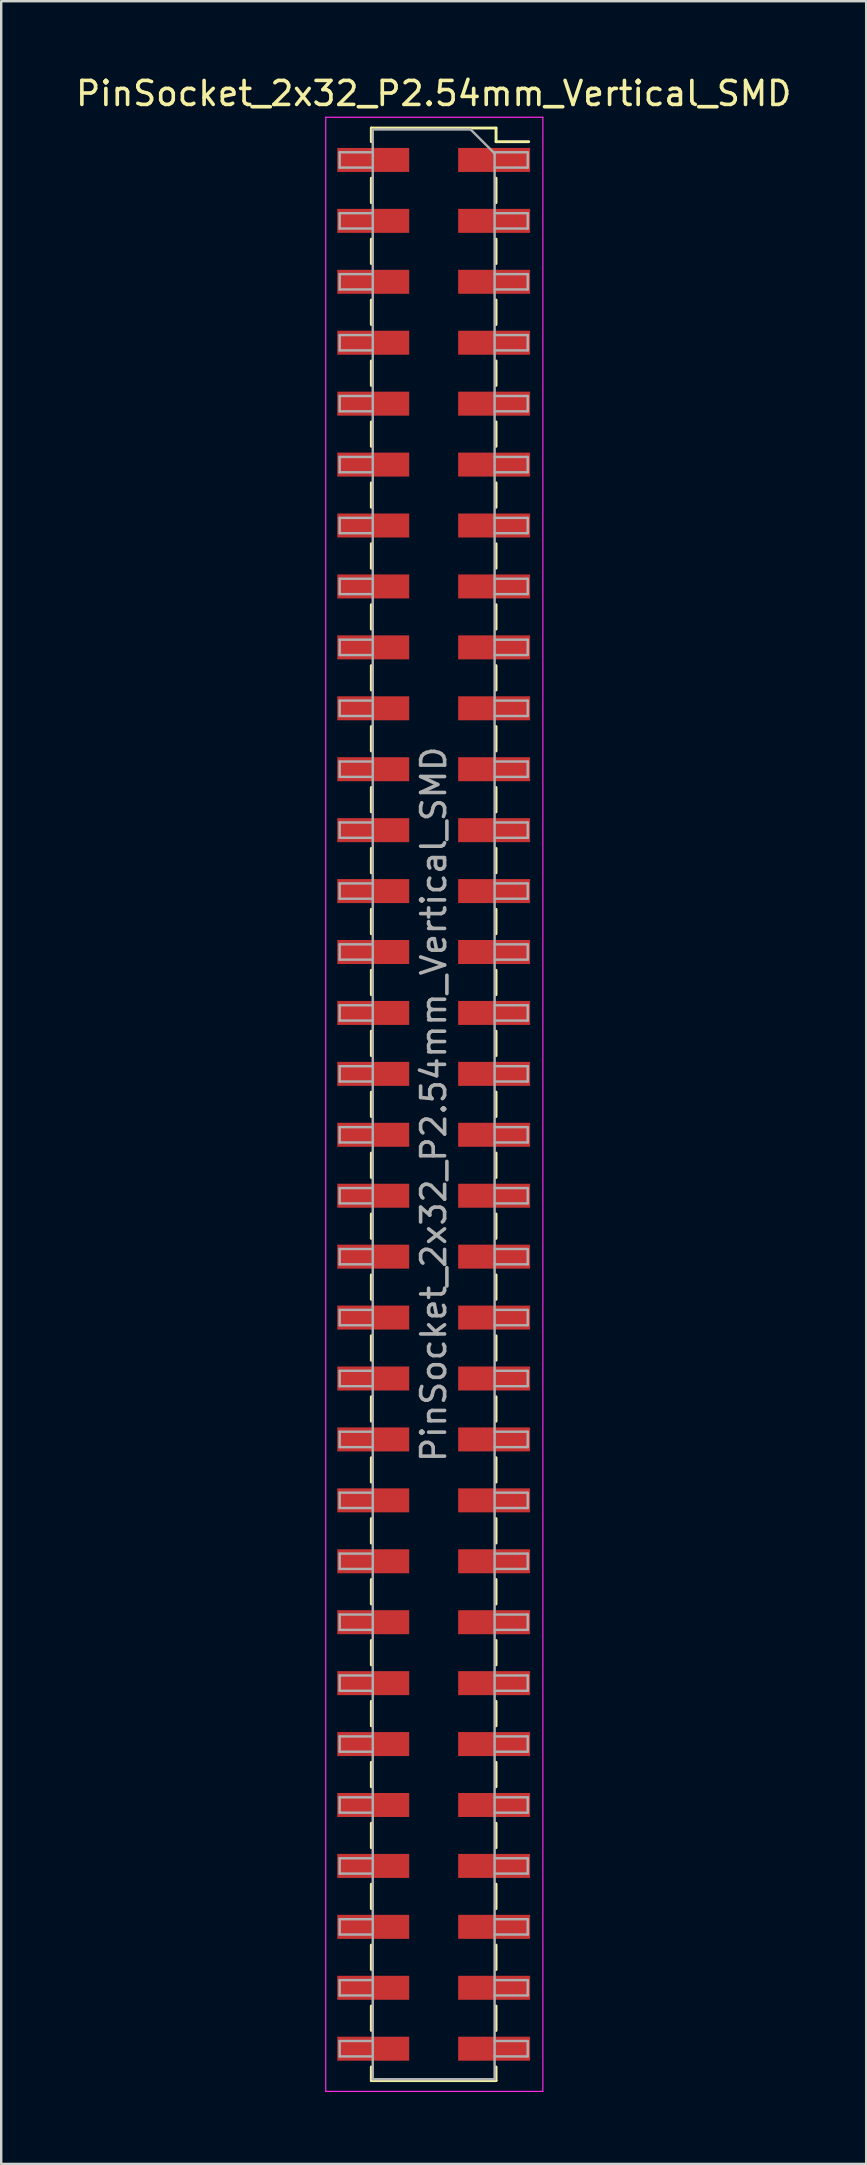
<source format=kicad_pcb>
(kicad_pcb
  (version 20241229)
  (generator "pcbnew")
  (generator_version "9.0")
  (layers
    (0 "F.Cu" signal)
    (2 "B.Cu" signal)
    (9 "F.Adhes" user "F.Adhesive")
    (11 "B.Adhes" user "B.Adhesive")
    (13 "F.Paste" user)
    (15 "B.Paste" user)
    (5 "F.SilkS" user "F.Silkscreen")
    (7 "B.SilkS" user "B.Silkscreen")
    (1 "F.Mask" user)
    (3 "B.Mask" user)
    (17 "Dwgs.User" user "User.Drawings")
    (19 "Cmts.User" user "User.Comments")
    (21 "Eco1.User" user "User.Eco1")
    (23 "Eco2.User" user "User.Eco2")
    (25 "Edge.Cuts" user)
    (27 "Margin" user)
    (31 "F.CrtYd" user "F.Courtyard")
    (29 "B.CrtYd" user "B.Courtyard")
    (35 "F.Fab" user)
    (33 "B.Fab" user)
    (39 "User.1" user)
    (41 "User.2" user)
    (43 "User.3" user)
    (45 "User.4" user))
  (footprint "PinSocket_2x32_P2.54mm_Vertical_SMD"
    (layer "F.Cu")
    (at 15.03 42.988)
    (property "Reference" "PinSocket_2x32_P2.54mm_Vertical_SMD" (at 0 -42.14 0) (layer "F.SilkS") (effects (font (size 1 1) (thickness 0.15))))
    (attr smd)
    (fp_line (start -2.6 -40.7) (end -2.6 -40.13) (stroke (width 0.12) (type solid)) (layer "F.SilkS"))
    (fp_line (start -2.6 -40.7) (end 2.6 -40.7) (stroke (width 0.12) (type solid)) (layer "F.SilkS"))
    (fp_line (start -2.6 -38.61) (end -2.6 -37.59) (stroke (width 0.12) (type solid)) (layer "F.SilkS"))
    (fp_line (start -2.6 -36.07) (end -2.6 -35.05) (stroke (width 0.12) (type solid)) (layer "F.SilkS"))
    (fp_line (start -2.6 -33.53) (end -2.6 -32.51) (stroke (width 0.12) (type solid)) (layer "F.SilkS"))
    (fp_line (start -2.6 -30.99) (end -2.6 -29.97) (stroke (width 0.12) (type solid)) (layer "F.SilkS"))
    (fp_line (start -2.6 -28.45) (end -2.6 -27.43) (stroke (width 0.12) (type solid)) (layer "F.SilkS"))
    (fp_line (start -2.6 -25.91) (end -2.6 -24.89) (stroke (width 0.12) (type solid)) (layer "F.SilkS"))
    (fp_line (start -2.6 -23.37) (end -2.6 -22.35) (stroke (width 0.12) (type solid)) (layer "F.SilkS"))
    (fp_line (start -2.6 -20.83) (end -2.6 -19.81) (stroke (width 0.12) (type solid)) (layer "F.SilkS"))
    (fp_line (start -2.6 -18.29) (end -2.6 -17.27) (stroke (width 0.12) (type solid)) (layer "F.SilkS"))
    (fp_line (start -2.6 -15.75) (end -2.6 -14.73) (stroke (width 0.12) (type solid)) (layer "F.SilkS"))
    (fp_line (start -2.6 -13.21) (end -2.6 -12.19) (stroke (width 0.12) (type solid)) (layer "F.SilkS"))
    (fp_line (start -2.6 -10.67) (end -2.6 -9.65) (stroke (width 0.12) (type solid)) (layer "F.SilkS"))
    (fp_line (start -2.6 -8.13) (end -2.6 -7.11) (stroke (width 0.12) (type solid)) (layer "F.SilkS"))
    (fp_line (start -2.6 -5.59) (end -2.6 -4.57) (stroke (width 0.12) (type solid)) (layer "F.SilkS"))
    (fp_line (start -2.6 -3.05) (end -2.6 -2.03) (stroke (width 0.12) (type solid)) (layer "F.SilkS"))
    (fp_line (start -2.6 -0.51) (end -2.6 0.51) (stroke (width 0.12) (type solid)) (layer "F.SilkS"))
    (fp_line (start -2.6 2.03) (end -2.6 3.05) (stroke (width 0.12) (type solid)) (layer "F.SilkS"))
    (fp_line (start -2.6 4.57) (end -2.6 5.59) (stroke (width 0.12) (type solid)) (layer "F.SilkS"))
    (fp_line (start -2.6 7.11) (end -2.6 8.13) (stroke (width 0.12) (type solid)) (layer "F.SilkS"))
    (fp_line (start -2.6 9.65) (end -2.6 10.67) (stroke (width 0.12) (type solid)) (layer "F.SilkS"))
    (fp_line (start -2.6 12.19) (end -2.6 13.21) (stroke (width 0.12) (type solid)) (layer "F.SilkS"))
    (fp_line (start -2.6 14.73) (end -2.6 15.75) (stroke (width 0.12) (type solid)) (layer "F.SilkS"))
    (fp_line (start -2.6 17.27) (end -2.6 18.29) (stroke (width 0.12) (type solid)) (layer "F.SilkS"))
    (fp_line (start -2.6 19.81) (end -2.6 20.83) (stroke (width 0.12) (type solid)) (layer "F.SilkS"))
    (fp_line (start -2.6 22.35) (end -2.6 23.37) (stroke (width 0.12) (type solid)) (layer "F.SilkS"))
    (fp_line (start -2.6 24.89) (end -2.6 25.91) (stroke (width 0.12) (type solid)) (layer "F.SilkS"))
    (fp_line (start -2.6 27.43) (end -2.6 28.45) (stroke (width 0.12) (type solid)) (layer "F.SilkS"))
    (fp_line (start -2.6 29.97) (end -2.6 30.99) (stroke (width 0.12) (type solid)) (layer "F.SilkS"))
    (fp_line (start -2.6 32.51) (end -2.6 33.53) (stroke (width 0.12) (type solid)) (layer "F.SilkS"))
    (fp_line (start -2.6 35.05) (end -2.6 36.07) (stroke (width 0.12) (type solid)) (layer "F.SilkS"))
    (fp_line (start -2.6 37.59) (end -2.6 38.61) (stroke (width 0.12) (type solid)) (layer "F.SilkS"))
    (fp_line (start -2.6 40.13) (end -2.6 40.7) (stroke (width 0.12) (type solid)) (layer "F.SilkS"))
    (fp_line (start -2.6 40.7) (end 2.6 40.7) (stroke (width 0.12) (type solid)) (layer "F.SilkS"))
    (fp_line (start 2.6 -40.7) (end 2.6 -40.13) (stroke (width 0.12) (type solid)) (layer "F.SilkS"))
    (fp_line (start 2.6 -40.13) (end 3.96 -40.13) (stroke (width 0.12) (type solid)) (layer "F.SilkS"))
    (fp_line (start 2.6 -38.61) (end 2.6 -37.59) (stroke (width 0.12) (type solid)) (layer "F.SilkS"))
    (fp_line (start 2.6 -36.07) (end 2.6 -35.05) (stroke (width 0.12) (type solid)) (layer "F.SilkS"))
    (fp_line (start 2.6 -33.53) (end 2.6 -32.51) (stroke (width 0.12) (type solid)) (layer "F.SilkS"))
    (fp_line (start 2.6 -30.99) (end 2.6 -29.97) (stroke (width 0.12) (type solid)) (layer "F.SilkS"))
    (fp_line (start 2.6 -28.45) (end 2.6 -27.43) (stroke (width 0.12) (type solid)) (layer "F.SilkS"))
    (fp_line (start 2.6 -25.91) (end 2.6 -24.89) (stroke (width 0.12) (type solid)) (layer "F.SilkS"))
    (fp_line (start 2.6 -23.37) (end 2.6 -22.35) (stroke (width 0.12) (type solid)) (layer "F.SilkS"))
    (fp_line (start 2.6 -20.83) (end 2.6 -19.81) (stroke (width 0.12) (type solid)) (layer "F.SilkS"))
    (fp_line (start 2.6 -18.29) (end 2.6 -17.27) (stroke (width 0.12) (type solid)) (layer "F.SilkS"))
    (fp_line (start 2.6 -15.75) (end 2.6 -14.73) (stroke (width 0.12) (type solid)) (layer "F.SilkS"))
    (fp_line (start 2.6 -13.21) (end 2.6 -12.19) (stroke (width 0.12) (type solid)) (layer "F.SilkS"))
    (fp_line (start 2.6 -10.67) (end 2.6 -9.65) (stroke (width 0.12) (type solid)) (layer "F.SilkS"))
    (fp_line (start 2.6 -8.13) (end 2.6 -7.11) (stroke (width 0.12) (type solid)) (layer "F.SilkS"))
    (fp_line (start 2.6 -5.59) (end 2.6 -4.57) (stroke (width 0.12) (type solid)) (layer "F.SilkS"))
    (fp_line (start 2.6 -3.05) (end 2.6 -2.03) (stroke (width 0.12) (type solid)) (layer "F.SilkS"))
    (fp_line (start 2.6 -0.51) (end 2.6 0.51) (stroke (width 0.12) (type solid)) (layer "F.SilkS"))
    (fp_line (start 2.6 2.03) (end 2.6 3.05) (stroke (width 0.12) (type solid)) (layer "F.SilkS"))
    (fp_line (start 2.6 4.57) (end 2.6 5.59) (stroke (width 0.12) (type solid)) (layer "F.SilkS"))
    (fp_line (start 2.6 7.11) (end 2.6 8.13) (stroke (width 0.12) (type solid)) (layer "F.SilkS"))
    (fp_line (start 2.6 9.65) (end 2.6 10.67) (stroke (width 0.12) (type solid)) (layer "F.SilkS"))
    (fp_line (start 2.6 12.19) (end 2.6 13.21) (stroke (width 0.12) (type solid)) (layer "F.SilkS"))
    (fp_line (start 2.6 14.73) (end 2.6 15.75) (stroke (width 0.12) (type solid)) (layer "F.SilkS"))
    (fp_line (start 2.6 17.27) (end 2.6 18.29) (stroke (width 0.12) (type solid)) (layer "F.SilkS"))
    (fp_line (start 2.6 19.81) (end 2.6 20.83) (stroke (width 0.12) (type solid)) (layer "F.SilkS"))
    (fp_line (start 2.6 22.35) (end 2.6 23.37) (stroke (width 0.12) (type solid)) (layer "F.SilkS"))
    (fp_line (start 2.6 24.89) (end 2.6 25.91) (stroke (width 0.12) (type solid)) (layer "F.SilkS"))
    (fp_line (start 2.6 27.43) (end 2.6 28.45) (stroke (width 0.12) (type solid)) (layer "F.SilkS"))
    (fp_line (start 2.6 29.97) (end 2.6 30.99) (stroke (width 0.12) (type solid)) (layer "F.SilkS"))
    (fp_line (start 2.6 32.51) (end 2.6 33.53) (stroke (width 0.12) (type solid)) (layer "F.SilkS"))
    (fp_line (start 2.6 35.05) (end 2.6 36.07) (stroke (width 0.12) (type solid)) (layer "F.SilkS"))
    (fp_line (start 2.6 37.59) (end 2.6 38.61) (stroke (width 0.12) (type solid)) (layer "F.SilkS"))
    (fp_line (start 2.6 40.13) (end 2.6 40.7) (stroke (width 0.12) (type solid)) (layer "F.SilkS"))
    (fp_line (start -4.5 -41.15) (end 4.55 -41.15) (stroke (width 0.05) (type solid)) (layer "F.CrtYd"))
    (fp_line (start -4.5 41.15) (end -4.5 -41.15) (stroke (width 0.05) (type solid)) (layer "F.CrtYd"))
    (fp_line (start 4.55 -41.15) (end 4.55 41.15) (stroke (width 0.05) (type solid)) (layer "F.CrtYd"))
    (fp_line (start 4.55 41.15) (end -4.5 41.15) (stroke (width 0.05) (type solid)) (layer "F.CrtYd"))
    (fp_line (start -3.92 -39.69) (end -2.54 -39.69) (stroke (width 0.1) (type solid)) (layer "F.Fab"))
    (fp_line (start -3.92 -39.05) (end -3.92 -39.69) (stroke (width 0.1) (type solid)) (layer "F.Fab"))
    (fp_line (start -3.92 -37.15) (end -2.54 -37.15) (stroke (width 0.1) (type solid)) (layer "F.Fab"))
    (fp_line (start -3.92 -36.51) (end -3.92 -37.15) (stroke (width 0.1) (type solid)) (layer "F.Fab"))
    (fp_line (start -3.92 -34.61) (end -2.54 -34.61) (stroke (width 0.1) (type solid)) (layer "F.Fab"))
    (fp_line (start -3.92 -33.97) (end -3.92 -34.61) (stroke (width 0.1) (type solid)) (layer "F.Fab"))
    (fp_line (start -3.92 -32.07) (end -2.54 -32.07) (stroke (width 0.1) (type solid)) (layer "F.Fab"))
    (fp_line (start -3.92 -31.43) (end -3.92 -32.07) (stroke (width 0.1) (type solid)) (layer "F.Fab"))
    (fp_line (start -3.92 -29.53) (end -2.54 -29.53) (stroke (width 0.1) (type solid)) (layer "F.Fab"))
    (fp_line (start -3.92 -28.89) (end -3.92 -29.53) (stroke (width 0.1) (type solid)) (layer "F.Fab"))
    (fp_line (start -3.92 -26.99) (end -2.54 -26.99) (stroke (width 0.1) (type solid)) (layer "F.Fab"))
    (fp_line (start -3.92 -26.35) (end -3.92 -26.99) (stroke (width 0.1) (type solid)) (layer "F.Fab"))
    (fp_line (start -3.92 -24.45) (end -2.54 -24.45) (stroke (width 0.1) (type solid)) (layer "F.Fab"))
    (fp_line (start -3.92 -23.81) (end -3.92 -24.45) (stroke (width 0.1) (type solid)) (layer "F.Fab"))
    (fp_line (start -3.92 -21.91) (end -2.54 -21.91) (stroke (width 0.1) (type solid)) (layer "F.Fab"))
    (fp_line (start -3.92 -21.27) (end -3.92 -21.91) (stroke (width 0.1) (type solid)) (layer "F.Fab"))
    (fp_line (start -3.92 -19.37) (end -2.54 -19.37) (stroke (width 0.1) (type solid)) (layer "F.Fab"))
    (fp_line (start -3.92 -18.73) (end -3.92 -19.37) (stroke (width 0.1) (type solid)) (layer "F.Fab"))
    (fp_line (start -3.92 -16.83) (end -2.54 -16.83) (stroke (width 0.1) (type solid)) (layer "F.Fab"))
    (fp_line (start -3.92 -16.19) (end -3.92 -16.83) (stroke (width 0.1) (type solid)) (layer "F.Fab"))
    (fp_line (start -3.92 -14.29) (end -2.54 -14.29) (stroke (width 0.1) (type solid)) (layer "F.Fab"))
    (fp_line (start -3.92 -13.65) (end -3.92 -14.29) (stroke (width 0.1) (type solid)) (layer "F.Fab"))
    (fp_line (start -3.92 -11.75) (end -2.54 -11.75) (stroke (width 0.1) (type solid)) (layer "F.Fab"))
    (fp_line (start -3.92 -11.11) (end -3.92 -11.75) (stroke (width 0.1) (type solid)) (layer "F.Fab"))
    (fp_line (start -3.92 -9.21) (end -2.54 -9.21) (stroke (width 0.1) (type solid)) (layer "F.Fab"))
    (fp_line (start -3.92 -8.57) (end -3.92 -9.21) (stroke (width 0.1) (type solid)) (layer "F.Fab"))
    (fp_line (start -3.92 -6.67) (end -2.54 -6.67) (stroke (width 0.1) (type solid)) (layer "F.Fab"))
    (fp_line (start -3.92 -6.03) (end -3.92 -6.67) (stroke (width 0.1) (type solid)) (layer "F.Fab"))
    (fp_line (start -3.92 -4.13) (end -2.54 -4.13) (stroke (width 0.1) (type solid)) (layer "F.Fab"))
    (fp_line (start -3.92 -3.49) (end -3.92 -4.13) (stroke (width 0.1) (type solid)) (layer "F.Fab"))
    (fp_line (start -3.92 -1.59) (end -2.54 -1.59) (stroke (width 0.1) (type solid)) (layer "F.Fab"))
    (fp_line (start -3.92 -0.95) (end -3.92 -1.59) (stroke (width 0.1) (type solid)) (layer "F.Fab"))
    (fp_line (start -3.92 0.95) (end -2.54 0.95) (stroke (width 0.1) (type solid)) (layer "F.Fab"))
    (fp_line (start -3.92 1.59) (end -3.92 0.95) (stroke (width 0.1) (type solid)) (layer "F.Fab"))
    (fp_line (start -3.92 3.49) (end -2.54 3.49) (stroke (width 0.1) (type solid)) (layer "F.Fab"))
    (fp_line (start -3.92 4.13) (end -3.92 3.49) (stroke (width 0.1) (type solid)) (layer "F.Fab"))
    (fp_line (start -3.92 6.03) (end -2.54 6.03) (stroke (width 0.1) (type solid)) (layer "F.Fab"))
    (fp_line (start -3.92 6.67) (end -3.92 6.03) (stroke (width 0.1) (type solid)) (layer "F.Fab"))
    (fp_line (start -3.92 8.57) (end -2.54 8.57) (stroke (width 0.1) (type solid)) (layer "F.Fab"))
    (fp_line (start -3.92 9.21) (end -3.92 8.57) (stroke (width 0.1) (type solid)) (layer "F.Fab"))
    (fp_line (start -3.92 11.11) (end -2.54 11.11) (stroke (width 0.1) (type solid)) (layer "F.Fab"))
    (fp_line (start -3.92 11.75) (end -3.92 11.11) (stroke (width 0.1) (type solid)) (layer "F.Fab"))
    (fp_line (start -3.92 13.65) (end -2.54 13.65) (stroke (width 0.1) (type solid)) (layer "F.Fab"))
    (fp_line (start -3.92 14.29) (end -3.92 13.65) (stroke (width 0.1) (type solid)) (layer "F.Fab"))
    (fp_line (start -3.92 16.19) (end -2.54 16.19) (stroke (width 0.1) (type solid)) (layer "F.Fab"))
    (fp_line (start -3.92 16.83) (end -3.92 16.19) (stroke (width 0.1) (type solid)) (layer "F.Fab"))
    (fp_line (start -3.92 18.73) (end -2.54 18.73) (stroke (width 0.1) (type solid)) (layer "F.Fab"))
    (fp_line (start -3.92 19.37) (end -3.92 18.73) (stroke (width 0.1) (type solid)) (layer "F.Fab"))
    (fp_line (start -3.92 21.27) (end -2.54 21.27) (stroke (width 0.1) (type solid)) (layer "F.Fab"))
    (fp_line (start -3.92 21.91) (end -3.92 21.27) (stroke (width 0.1) (type solid)) (layer "F.Fab"))
    (fp_line (start -3.92 23.81) (end -2.54 23.81) (stroke (width 0.1) (type solid)) (layer "F.Fab"))
    (fp_line (start -3.92 24.45) (end -3.92 23.81) (stroke (width 0.1) (type solid)) (layer "F.Fab"))
    (fp_line (start -3.92 26.35) (end -2.54 26.35) (stroke (width 0.1) (type solid)) (layer "F.Fab"))
    (fp_line (start -3.92 26.99) (end -3.92 26.35) (stroke (width 0.1) (type solid)) (layer "F.Fab"))
    (fp_line (start -3.92 28.89) (end -2.54 28.89) (stroke (width 0.1) (type solid)) (layer "F.Fab"))
    (fp_line (start -3.92 29.53) (end -3.92 28.89) (stroke (width 0.1) (type solid)) (layer "F.Fab"))
    (fp_line (start -3.92 31.43) (end -2.54 31.43) (stroke (width 0.1) (type solid)) (layer "F.Fab"))
    (fp_line (start -3.92 32.07) (end -3.92 31.43) (stroke (width 0.1) (type solid)) (layer "F.Fab"))
    (fp_line (start -3.92 33.97) (end -2.54 33.97) (stroke (width 0.1) (type solid)) (layer "F.Fab"))
    (fp_line (start -3.92 34.61) (end -3.92 33.97) (stroke (width 0.1) (type solid)) (layer "F.Fab"))
    (fp_line (start -3.92 36.51) (end -2.54 36.51) (stroke (width 0.1) (type solid)) (layer "F.Fab"))
    (fp_line (start -3.92 37.15) (end -3.92 36.51) (stroke (width 0.1) (type solid)) (layer "F.Fab"))
    (fp_line (start -3.92 39.05) (end -2.54 39.05) (stroke (width 0.1) (type solid)) (layer "F.Fab"))
    (fp_line (start -3.92 39.69) (end -3.92 39.05) (stroke (width 0.1) (type solid)) (layer "F.Fab"))
    (fp_line (start -2.54 -40.64) (end 1.54 -40.64) (stroke (width 0.1) (type solid)) (layer "F.Fab"))
    (fp_line (start -2.54 -39.05) (end -3.92 -39.05) (stroke (width 0.1) (type solid)) (layer "F.Fab"))
    (fp_line (start -2.54 -36.51) (end -3.92 -36.51) (stroke (width 0.1) (type solid)) (layer "F.Fab"))
    (fp_line (start -2.54 -33.97) (end -3.92 -33.97) (stroke (width 0.1) (type solid)) (layer "F.Fab"))
    (fp_line (start -2.54 -31.43) (end -3.92 -31.43) (stroke (width 0.1) (type solid)) (layer "F.Fab"))
    (fp_line (start -2.54 -28.89) (end -3.92 -28.89) (stroke (width 0.1) (type solid)) (layer "F.Fab"))
    (fp_line (start -2.54 -26.35) (end -3.92 -26.35) (stroke (width 0.1) (type solid)) (layer "F.Fab"))
    (fp_line (start -2.54 -23.81) (end -3.92 -23.81) (stroke (width 0.1) (type solid)) (layer "F.Fab"))
    (fp_line (start -2.54 -21.27) (end -3.92 -21.27) (stroke (width 0.1) (type solid)) (layer "F.Fab"))
    (fp_line (start -2.54 -18.73) (end -3.92 -18.73) (stroke (width 0.1) (type solid)) (layer "F.Fab"))
    (fp_line (start -2.54 -16.19) (end -3.92 -16.19) (stroke (width 0.1) (type solid)) (layer "F.Fab"))
    (fp_line (start -2.54 -13.65) (end -3.92 -13.65) (stroke (width 0.1) (type solid)) (layer "F.Fab"))
    (fp_line (start -2.54 -11.11) (end -3.92 -11.11) (stroke (width 0.1) (type solid)) (layer "F.Fab"))
    (fp_line (start -2.54 -8.57) (end -3.92 -8.57) (stroke (width 0.1) (type solid)) (layer "F.Fab"))
    (fp_line (start -2.54 -6.03) (end -3.92 -6.03) (stroke (width 0.1) (type solid)) (layer "F.Fab"))
    (fp_line (start -2.54 -3.49) (end -3.92 -3.49) (stroke (width 0.1) (type solid)) (layer "F.Fab"))
    (fp_line (start -2.54 -0.95) (end -3.92 -0.95) (stroke (width 0.1) (type solid)) (layer "F.Fab"))
    (fp_line (start -2.54 1.59) (end -3.92 1.59) (stroke (width 0.1) (type solid)) (layer "F.Fab"))
    (fp_line (start -2.54 4.13) (end -3.92 4.13) (stroke (width 0.1) (type solid)) (layer "F.Fab"))
    (fp_line (start -2.54 6.67) (end -3.92 6.67) (stroke (width 0.1) (type solid)) (layer "F.Fab"))
    (fp_line (start -2.54 9.21) (end -3.92 9.21) (stroke (width 0.1) (type solid)) (layer "F.Fab"))
    (fp_line (start -2.54 11.75) (end -3.92 11.75) (stroke (width 0.1) (type solid)) (layer "F.Fab"))
    (fp_line (start -2.54 14.29) (end -3.92 14.29) (stroke (width 0.1) (type solid)) (layer "F.Fab"))
    (fp_line (start -2.54 16.83) (end -3.92 16.83) (stroke (width 0.1) (type solid)) (layer "F.Fab"))
    (fp_line (start -2.54 19.37) (end -3.92 19.37) (stroke (width 0.1) (type solid)) (layer "F.Fab"))
    (fp_line (start -2.54 21.91) (end -3.92 21.91) (stroke (width 0.1) (type solid)) (layer "F.Fab"))
    (fp_line (start -2.54 24.45) (end -3.92 24.45) (stroke (width 0.1) (type solid)) (layer "F.Fab"))
    (fp_line (start -2.54 26.99) (end -3.92 26.99) (stroke (width 0.1) (type solid)) (layer "F.Fab"))
    (fp_line (start -2.54 29.53) (end -3.92 29.53) (stroke (width 0.1) (type solid)) (layer "F.Fab"))
    (fp_line (start -2.54 32.07) (end -3.92 32.07) (stroke (width 0.1) (type solid)) (layer "F.Fab"))
    (fp_line (start -2.54 34.61) (end -3.92 34.61) (stroke (width 0.1) (type solid)) (layer "F.Fab"))
    (fp_line (start -2.54 37.15) (end -3.92 37.15) (stroke (width 0.1) (type solid)) (layer "F.Fab"))
    (fp_line (start -2.54 39.69) (end -3.92 39.69) (stroke (width 0.1) (type solid)) (layer "F.Fab"))
    (fp_line (start -2.54 40.64) (end -2.54 -40.64) (stroke (width 0.1) (type solid)) (layer "F.Fab"))
    (fp_line (start 1.54 -40.64) (end 2.54 -39.64) (stroke (width 0.1) (type solid)) (layer "F.Fab"))
    (fp_line (start 2.54 -39.69) (end 3.92 -39.69) (stroke (width 0.1) (type solid)) (layer "F.Fab"))
    (fp_line (start 2.54 -39.64) (end 2.54 40.64) (stroke (width 0.1) (type solid)) (layer "F.Fab"))
    (fp_line (start 2.54 -37.15) (end 3.92 -37.15) (stroke (width 0.1) (type solid)) (layer "F.Fab"))
    (fp_line (start 2.54 -34.61) (end 3.92 -34.61) (stroke (width 0.1) (type solid)) (layer "F.Fab"))
    (fp_line (start 2.54 -32.07) (end 3.92 -32.07) (stroke (width 0.1) (type solid)) (layer "F.Fab"))
    (fp_line (start 2.54 -29.53) (end 3.92 -29.53) (stroke (width 0.1) (type solid)) (layer "F.Fab"))
    (fp_line (start 2.54 -26.99) (end 3.92 -26.99) (stroke (width 0.1) (type solid)) (layer "F.Fab"))
    (fp_line (start 2.54 -24.45) (end 3.92 -24.45) (stroke (width 0.1) (type solid)) (layer "F.Fab"))
    (fp_line (start 2.54 -21.91) (end 3.92 -21.91) (stroke (width 0.1) (type solid)) (layer "F.Fab"))
    (fp_line (start 2.54 -19.37) (end 3.92 -19.37) (stroke (width 0.1) (type solid)) (layer "F.Fab"))
    (fp_line (start 2.54 -16.83) (end 3.92 -16.83) (stroke (width 0.1) (type solid)) (layer "F.Fab"))
    (fp_line (start 2.54 -14.29) (end 3.92 -14.29) (stroke (width 0.1) (type solid)) (layer "F.Fab"))
    (fp_line (start 2.54 -11.75) (end 3.92 -11.75) (stroke (width 0.1) (type solid)) (layer "F.Fab"))
    (fp_line (start 2.54 -9.21) (end 3.92 -9.21) (stroke (width 0.1) (type solid)) (layer "F.Fab"))
    (fp_line (start 2.54 -6.67) (end 3.92 -6.67) (stroke (width 0.1) (type solid)) (layer "F.Fab"))
    (fp_line (start 2.54 -4.13) (end 3.92 -4.13) (stroke (width 0.1) (type solid)) (layer "F.Fab"))
    (fp_line (start 2.54 -1.59) (end 3.92 -1.59) (stroke (width 0.1) (type solid)) (layer "F.Fab"))
    (fp_line (start 2.54 0.95) (end 3.92 0.95) (stroke (width 0.1) (type solid)) (layer "F.Fab"))
    (fp_line (start 2.54 3.49) (end 3.92 3.49) (stroke (width 0.1) (type solid)) (layer "F.Fab"))
    (fp_line (start 2.54 6.03) (end 3.92 6.03) (stroke (width 0.1) (type solid)) (layer "F.Fab"))
    (fp_line (start 2.54 8.57) (end 3.92 8.57) (stroke (width 0.1) (type solid)) (layer "F.Fab"))
    (fp_line (start 2.54 11.11) (end 3.92 11.11) (stroke (width 0.1) (type solid)) (layer "F.Fab"))
    (fp_line (start 2.54 13.65) (end 3.92 13.65) (stroke (width 0.1) (type solid)) (layer "F.Fab"))
    (fp_line (start 2.54 16.19) (end 3.92 16.19) (stroke (width 0.1) (type solid)) (layer "F.Fab"))
    (fp_line (start 2.54 18.73) (end 3.92 18.73) (stroke (width 0.1) (type solid)) (layer "F.Fab"))
    (fp_line (start 2.54 21.27) (end 3.92 21.27) (stroke (width 0.1) (type solid)) (layer "F.Fab"))
    (fp_line (start 2.54 23.81) (end 3.92 23.81) (stroke (width 0.1) (type solid)) (layer "F.Fab"))
    (fp_line (start 2.54 26.35) (end 3.92 26.35) (stroke (width 0.1) (type solid)) (layer "F.Fab"))
    (fp_line (start 2.54 28.89) (end 3.92 28.89) (stroke (width 0.1) (type solid)) (layer "F.Fab"))
    (fp_line (start 2.54 31.43) (end 3.92 31.43) (stroke (width 0.1) (type solid)) (layer "F.Fab"))
    (fp_line (start 2.54 33.97) (end 3.92 33.97) (stroke (width 0.1) (type solid)) (layer "F.Fab"))
    (fp_line (start 2.54 36.51) (end 3.92 36.51) (stroke (width 0.1) (type solid)) (layer "F.Fab"))
    (fp_line (start 2.54 39.05) (end 3.92 39.05) (stroke (width 0.1) (type solid)) (layer "F.Fab"))
    (fp_line (start 2.54 40.64) (end -2.54 40.64) (stroke (width 0.1) (type solid)) (layer "F.Fab"))
    (fp_line (start 3.92 -39.69) (end 3.92 -39.05) (stroke (width 0.1) (type solid)) (layer "F.Fab"))
    (fp_line (start 3.92 -39.05) (end 2.54 -39.05) (stroke (width 0.1) (type solid)) (layer "F.Fab"))
    (fp_line (start 3.92 -37.15) (end 3.92 -36.51) (stroke (width 0.1) (type solid)) (layer "F.Fab"))
    (fp_line (start 3.92 -36.51) (end 2.54 -36.51) (stroke (width 0.1) (type solid)) (layer "F.Fab"))
    (fp_line (start 3.92 -34.61) (end 3.92 -33.97) (stroke (width 0.1) (type solid)) (layer "F.Fab"))
    (fp_line (start 3.92 -33.97) (end 2.54 -33.97) (stroke (width 0.1) (type solid)) (layer "F.Fab"))
    (fp_line (start 3.92 -32.07) (end 3.92 -31.43) (stroke (width 0.1) (type solid)) (layer "F.Fab"))
    (fp_line (start 3.92 -31.43) (end 2.54 -31.43) (stroke (width 0.1) (type solid)) (layer "F.Fab"))
    (fp_line (start 3.92 -29.53) (end 3.92 -28.89) (stroke (width 0.1) (type solid)) (layer "F.Fab"))
    (fp_line (start 3.92 -28.89) (end 2.54 -28.89) (stroke (width 0.1) (type solid)) (layer "F.Fab"))
    (fp_line (start 3.92 -26.99) (end 3.92 -26.35) (stroke (width 0.1) (type solid)) (layer "F.Fab"))
    (fp_line (start 3.92 -26.35) (end 2.54 -26.35) (stroke (width 0.1) (type solid)) (layer "F.Fab"))
    (fp_line (start 3.92 -24.45) (end 3.92 -23.81) (stroke (width 0.1) (type solid)) (layer "F.Fab"))
    (fp_line (start 3.92 -23.81) (end 2.54 -23.81) (stroke (width 0.1) (type solid)) (layer "F.Fab"))
    (fp_line (start 3.92 -21.91) (end 3.92 -21.27) (stroke (width 0.1) (type solid)) (layer "F.Fab"))
    (fp_line (start 3.92 -21.27) (end 2.54 -21.27) (stroke (width 0.1) (type solid)) (layer "F.Fab"))
    (fp_line (start 3.92 -19.37) (end 3.92 -18.73) (stroke (width 0.1) (type solid)) (layer "F.Fab"))
    (fp_line (start 3.92 -18.73) (end 2.54 -18.73) (stroke (width 0.1) (type solid)) (layer "F.Fab"))
    (fp_line (start 3.92 -16.83) (end 3.92 -16.19) (stroke (width 0.1) (type solid)) (layer "F.Fab"))
    (fp_line (start 3.92 -16.19) (end 2.54 -16.19) (stroke (width 0.1) (type solid)) (layer "F.Fab"))
    (fp_line (start 3.92 -14.29) (end 3.92 -13.65) (stroke (width 0.1) (type solid)) (layer "F.Fab"))
    (fp_line (start 3.92 -13.65) (end 2.54 -13.65) (stroke (width 0.1) (type solid)) (layer "F.Fab"))
    (fp_line (start 3.92 -11.75) (end 3.92 -11.11) (stroke (width 0.1) (type solid)) (layer "F.Fab"))
    (fp_line (start 3.92 -11.11) (end 2.54 -11.11) (stroke (width 0.1) (type solid)) (layer "F.Fab"))
    (fp_line (start 3.92 -9.21) (end 3.92 -8.57) (stroke (width 0.1) (type solid)) (layer "F.Fab"))
    (fp_line (start 3.92 -8.57) (end 2.54 -8.57) (stroke (width 0.1) (type solid)) (layer "F.Fab"))
    (fp_line (start 3.92 -6.67) (end 3.92 -6.03) (stroke (width 0.1) (type solid)) (layer "F.Fab"))
    (fp_line (start 3.92 -6.03) (end 2.54 -6.03) (stroke (width 0.1) (type solid)) (layer "F.Fab"))
    (fp_line (start 3.92 -4.13) (end 3.92 -3.49) (stroke (width 0.1) (type solid)) (layer "F.Fab"))
    (fp_line (start 3.92 -3.49) (end 2.54 -3.49) (stroke (width 0.1) (type solid)) (layer "F.Fab"))
    (fp_line (start 3.92 -1.59) (end 3.92 -0.95) (stroke (width 0.1) (type solid)) (layer "F.Fab"))
    (fp_line (start 3.92 -0.95) (end 2.54 -0.95) (stroke (width 0.1) (type solid)) (layer "F.Fab"))
    (fp_line (start 3.92 0.95) (end 3.92 1.59) (stroke (width 0.1) (type solid)) (layer "F.Fab"))
    (fp_line (start 3.92 1.59) (end 2.54 1.59) (stroke (width 0.1) (type solid)) (layer "F.Fab"))
    (fp_line (start 3.92 3.49) (end 3.92 4.13) (stroke (width 0.1) (type solid)) (layer "F.Fab"))
    (fp_line (start 3.92 4.13) (end 2.54 4.13) (stroke (width 0.1) (type solid)) (layer "F.Fab"))
    (fp_line (start 3.92 6.03) (end 3.92 6.67) (stroke (width 0.1) (type solid)) (layer "F.Fab"))
    (fp_line (start 3.92 6.67) (end 2.54 6.67) (stroke (width 0.1) (type solid)) (layer "F.Fab"))
    (fp_line (start 3.92 8.57) (end 3.92 9.21) (stroke (width 0.1) (type solid)) (layer "F.Fab"))
    (fp_line (start 3.92 9.21) (end 2.54 9.21) (stroke (width 0.1) (type solid)) (layer "F.Fab"))
    (fp_line (start 3.92 11.11) (end 3.92 11.75) (stroke (width 0.1) (type solid)) (layer "F.Fab"))
    (fp_line (start 3.92 11.75) (end 2.54 11.75) (stroke (width 0.1) (type solid)) (layer "F.Fab"))
    (fp_line (start 3.92 13.65) (end 3.92 14.29) (stroke (width 0.1) (type solid)) (layer "F.Fab"))
    (fp_line (start 3.92 14.29) (end 2.54 14.29) (stroke (width 0.1) (type solid)) (layer "F.Fab"))
    (fp_line (start 3.92 16.19) (end 3.92 16.83) (stroke (width 0.1) (type solid)) (layer "F.Fab"))
    (fp_line (start 3.92 16.83) (end 2.54 16.83) (stroke (width 0.1) (type solid)) (layer "F.Fab"))
    (fp_line (start 3.92 18.73) (end 3.92 19.37) (stroke (width 0.1) (type solid)) (layer "F.Fab"))
    (fp_line (start 3.92 19.37) (end 2.54 19.37) (stroke (width 0.1) (type solid)) (layer "F.Fab"))
    (fp_line (start 3.92 21.27) (end 3.92 21.91) (stroke (width 0.1) (type solid)) (layer "F.Fab"))
    (fp_line (start 3.92 21.91) (end 2.54 21.91) (stroke (width 0.1) (type solid)) (layer "F.Fab"))
    (fp_line (start 3.92 23.81) (end 3.92 24.45) (stroke (width 0.1) (type solid)) (layer "F.Fab"))
    (fp_line (start 3.92 24.45) (end 2.54 24.45) (stroke (width 0.1) (type solid)) (layer "F.Fab"))
    (fp_line (start 3.92 26.35) (end 3.92 26.99) (stroke (width 0.1) (type solid)) (layer "F.Fab"))
    (fp_line (start 3.92 26.99) (end 2.54 26.99) (stroke (width 0.1) (type solid)) (layer "F.Fab"))
    (fp_line (start 3.92 28.89) (end 3.92 29.53) (stroke (width 0.1) (type solid)) (layer "F.Fab"))
    (fp_line (start 3.92 29.53) (end 2.54 29.53) (stroke (width 0.1) (type solid)) (layer "F.Fab"))
    (fp_line (start 3.92 31.43) (end 3.92 32.07) (stroke (width 0.1) (type solid)) (layer "F.Fab"))
    (fp_line (start 3.92 32.07) (end 2.54 32.07) (stroke (width 0.1) (type solid)) (layer "F.Fab"))
    (fp_line (start 3.92 33.97) (end 3.92 34.61) (stroke (width 0.1) (type solid)) (layer "F.Fab"))
    (fp_line (start 3.92 34.61) (end 2.54 34.61) (stroke (width 0.1) (type solid)) (layer "F.Fab"))
    (fp_line (start 3.92 36.51) (end 3.92 37.15) (stroke (width 0.1) (type solid)) (layer "F.Fab"))
    (fp_line (start 3.92 37.15) (end 2.54 37.15) (stroke (width 0.1) (type solid)) (layer "F.Fab"))
    (fp_line (start 3.92 39.05) (end 3.92 39.69) (stroke (width 0.1) (type solid)) (layer "F.Fab"))
    (fp_line (start 3.92 39.69) (end 2.54 39.69) (stroke (width 0.1) (type solid)) (layer "F.Fab"))
    (fp_text user "${REFERENCE}" (at 0 0 90) (layer "F.Fab") (effects (font (size 1 1) (thickness 0.15))))
    (pad "1" smd rect (at 2.52 -39.37) (size 3 1) (layers "F.Cu" "F.Mask" "F.Paste"))
    (pad "2" smd rect (at -2.52 -39.37) (size 3 1) (layers "F.Cu" "F.Mask" "F.Paste"))
    (pad "3" smd rect (at 2.52 -36.83) (size 3 1) (layers "F.Cu" "F.Mask" "F.Paste"))
    (pad "4" smd rect (at -2.52 -36.83) (size 3 1) (layers "F.Cu" "F.Mask" "F.Paste"))
    (pad "5" smd rect (at 2.52 -34.29) (size 3 1) (layers "F.Cu" "F.Mask" "F.Paste"))
    (pad "6" smd rect (at -2.52 -34.29) (size 3 1) (layers "F.Cu" "F.Mask" "F.Paste"))
    (pad "7" smd rect (at 2.52 -31.75) (size 3 1) (layers "F.Cu" "F.Mask" "F.Paste"))
    (pad "8" smd rect (at -2.52 -31.75) (size 3 1) (layers "F.Cu" "F.Mask" "F.Paste"))
    (pad "9" smd rect (at 2.52 -29.21) (size 3 1) (layers "F.Cu" "F.Mask" "F.Paste"))
    (pad "10" smd rect (at -2.52 -29.21) (size 3 1) (layers "F.Cu" "F.Mask" "F.Paste"))
    (pad "11" smd rect (at 2.52 -26.67) (size 3 1) (layers "F.Cu" "F.Mask" "F.Paste"))
    (pad "12" smd rect (at -2.52 -26.67) (size 3 1) (layers "F.Cu" "F.Mask" "F.Paste"))
    (pad "13" smd rect (at 2.52 -24.13) (size 3 1) (layers "F.Cu" "F.Mask" "F.Paste"))
    (pad "14" smd rect (at -2.52 -24.13) (size 3 1) (layers "F.Cu" "F.Mask" "F.Paste"))
    (pad "15" smd rect (at 2.52 -21.59) (size 3 1) (layers "F.Cu" "F.Mask" "F.Paste"))
    (pad "16" smd rect (at -2.52 -21.59) (size 3 1) (layers "F.Cu" "F.Mask" "F.Paste"))
    (pad "17" smd rect (at 2.52 -19.05) (size 3 1) (layers "F.Cu" "F.Mask" "F.Paste"))
    (pad "18" smd rect (at -2.52 -19.05) (size 3 1) (layers "F.Cu" "F.Mask" "F.Paste"))
    (pad "19" smd rect (at 2.52 -16.51) (size 3 1) (layers "F.Cu" "F.Mask" "F.Paste"))
    (pad "20" smd rect (at -2.52 -16.51) (size 3 1) (layers "F.Cu" "F.Mask" "F.Paste"))
    (pad "21" smd rect (at 2.52 -13.97) (size 3 1) (layers "F.Cu" "F.Mask" "F.Paste"))
    (pad "22" smd rect (at -2.52 -13.97) (size 3 1) (layers "F.Cu" "F.Mask" "F.Paste"))
    (pad "23" smd rect (at 2.52 -11.43) (size 3 1) (layers "F.Cu" "F.Mask" "F.Paste"))
    (pad "24" smd rect (at -2.52 -11.43) (size 3 1) (layers "F.Cu" "F.Mask" "F.Paste"))
    (pad "25" smd rect (at 2.52 -8.89) (size 3 1) (layers "F.Cu" "F.Mask" "F.Paste"))
    (pad "26" smd rect (at -2.52 -8.89) (size 3 1) (layers "F.Cu" "F.Mask" "F.Paste"))
    (pad "27" smd rect (at 2.52 -6.35) (size 3 1) (layers "F.Cu" "F.Mask" "F.Paste"))
    (pad "28" smd rect (at -2.52 -6.35) (size 3 1) (layers "F.Cu" "F.Mask" "F.Paste"))
    (pad "29" smd rect (at 2.52 -3.81) (size 3 1) (layers "F.Cu" "F.Mask" "F.Paste"))
    (pad "30" smd rect (at -2.52 -3.81) (size 3 1) (layers "F.Cu" "F.Mask" "F.Paste"))
    (pad "31" smd rect (at 2.52 -1.27) (size 3 1) (layers "F.Cu" "F.Mask" "F.Paste"))
    (pad "32" smd rect (at -2.52 -1.27) (size 3 1) (layers "F.Cu" "F.Mask" "F.Paste"))
    (pad "33" smd rect (at 2.52 1.27) (size 3 1) (layers "F.Cu" "F.Mask" "F.Paste"))
    (pad "34" smd rect (at -2.52 1.27) (size 3 1) (layers "F.Cu" "F.Mask" "F.Paste"))
    (pad "35" smd rect (at 2.52 3.81) (size 3 1) (layers "F.Cu" "F.Mask" "F.Paste"))
    (pad "36" smd rect (at -2.52 3.81) (size 3 1) (layers "F.Cu" "F.Mask" "F.Paste"))
    (pad "37" smd rect (at 2.52 6.35) (size 3 1) (layers "F.Cu" "F.Mask" "F.Paste"))
    (pad "38" smd rect (at -2.52 6.35) (size 3 1) (layers "F.Cu" "F.Mask" "F.Paste"))
    (pad "39" smd rect (at 2.52 8.89) (size 3 1) (layers "F.Cu" "F.Mask" "F.Paste"))
    (pad "40" smd rect (at -2.52 8.89) (size 3 1) (layers "F.Cu" "F.Mask" "F.Paste"))
    (pad "41" smd rect (at 2.52 11.43) (size 3 1) (layers "F.Cu" "F.Mask" "F.Paste"))
    (pad "42" smd rect (at -2.52 11.43) (size 3 1) (layers "F.Cu" "F.Mask" "F.Paste"))
    (pad "43" smd rect (at 2.52 13.97) (size 3 1) (layers "F.Cu" "F.Mask" "F.Paste"))
    (pad "44" smd rect (at -2.52 13.97) (size 3 1) (layers "F.Cu" "F.Mask" "F.Paste"))
    (pad "45" smd rect (at 2.52 16.51) (size 3 1) (layers "F.Cu" "F.Mask" "F.Paste"))
    (pad "46" smd rect (at -2.52 16.51) (size 3 1) (layers "F.Cu" "F.Mask" "F.Paste"))
    (pad "47" smd rect (at 2.52 19.05) (size 3 1) (layers "F.Cu" "F.Mask" "F.Paste"))
    (pad "48" smd rect (at -2.52 19.05) (size 3 1) (layers "F.Cu" "F.Mask" "F.Paste"))
    (pad "49" smd rect (at 2.52 21.59) (size 3 1) (layers "F.Cu" "F.Mask" "F.Paste"))
    (pad "50" smd rect (at -2.52 21.59) (size 3 1) (layers "F.Cu" "F.Mask" "F.Paste"))
    (pad "51" smd rect (at 2.52 24.13) (size 3 1) (layers "F.Cu" "F.Mask" "F.Paste"))
    (pad "52" smd rect (at -2.52 24.13) (size 3 1) (layers "F.Cu" "F.Mask" "F.Paste"))
    (pad "53" smd rect (at 2.52 26.67) (size 3 1) (layers "F.Cu" "F.Mask" "F.Paste"))
    (pad "54" smd rect (at -2.52 26.67) (size 3 1) (layers "F.Cu" "F.Mask" "F.Paste"))
    (pad "55" smd rect (at 2.52 29.21) (size 3 1) (layers "F.Cu" "F.Mask" "F.Paste"))
    (pad "56" smd rect (at -2.52 29.21) (size 3 1) (layers "F.Cu" "F.Mask" "F.Paste"))
    (pad "57" smd rect (at 2.52 31.75) (size 3 1) (layers "F.Cu" "F.Mask" "F.Paste"))
    (pad "58" smd rect (at -2.52 31.75) (size 3 1) (layers "F.Cu" "F.Mask" "F.Paste"))
    (pad "59" smd rect (at 2.52 34.29) (size 3 1) (layers "F.Cu" "F.Mask" "F.Paste"))
    (pad "60" smd rect (at -2.52 34.29) (size 3 1) (layers "F.Cu" "F.Mask" "F.Paste"))
    (pad "61" smd rect (at 2.52 36.83) (size 3 1) (layers "F.Cu" "F.Mask" "F.Paste"))
    (pad "62" smd rect (at -2.52 36.83) (size 3 1) (layers "F.Cu" "F.Mask" "F.Paste"))
    (pad "63" smd rect (at 2.52 39.37) (size 3 1) (layers "F.Cu" "F.Mask" "F.Paste"))
    (pad "64" smd rect (at -2.52 39.37) (size 3 1) (layers "F.Cu" "F.Mask" "F.Paste")))
  (gr_rect
    (start -3 -3)
    (end 33.06 87.163)
    (stroke (width 0.1) (type default))
    (fill no)
    (layer "Edge.Cuts")))
</source>
